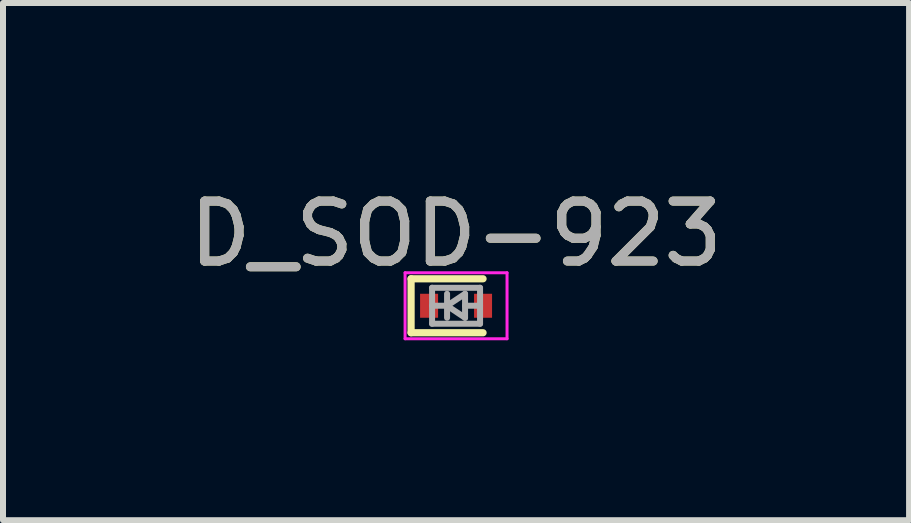
<source format=kicad_pcb>
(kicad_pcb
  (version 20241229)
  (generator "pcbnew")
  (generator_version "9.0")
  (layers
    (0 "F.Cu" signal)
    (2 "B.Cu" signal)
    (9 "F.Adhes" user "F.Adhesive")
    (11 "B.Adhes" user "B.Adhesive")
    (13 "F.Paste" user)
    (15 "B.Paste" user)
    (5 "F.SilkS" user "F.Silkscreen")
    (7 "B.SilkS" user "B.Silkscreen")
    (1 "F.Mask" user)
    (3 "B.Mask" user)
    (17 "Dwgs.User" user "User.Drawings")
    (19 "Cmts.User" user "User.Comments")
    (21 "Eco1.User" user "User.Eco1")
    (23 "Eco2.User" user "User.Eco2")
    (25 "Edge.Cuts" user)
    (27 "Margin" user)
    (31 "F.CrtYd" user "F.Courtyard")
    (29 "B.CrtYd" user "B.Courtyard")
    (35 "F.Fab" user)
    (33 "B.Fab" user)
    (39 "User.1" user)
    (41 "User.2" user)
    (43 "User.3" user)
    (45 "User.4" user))
  (footprint "D_SOD-923"
    (layer "F.Cu")
    (at 4.554 2.048)
    (property "Reference" "D_SOD-923" (at 0 -1.2 0) (layer "F.SilkS") (effects (font (size 1 1) (thickness 0.15))))
    (attr smd)
    (fp_line (start -0.75 -0.45) (end -0.75 0.45) (stroke (width 0.12) (type solid)) (layer "F.SilkS"))
    (fp_line (start -0.75 -0.45) (end 0.45 -0.45) (stroke (width 0.12) (type solid)) (layer "F.SilkS"))
    (fp_line (start -0.75 0.45) (end 0.45 0.45) (stroke (width 0.12) (type solid)) (layer "F.SilkS"))
    (fp_line (start -0.85 -0.55) (end -0.85 0.55) (stroke (width 0.05) (type solid)) (layer "F.CrtYd"))
    (fp_line (start -0.85 -0.55) (end 0.85 -0.55) (stroke (width 0.05) (type solid)) (layer "F.CrtYd"))
    (fp_line (start -0.85 0.55) (end 0.85 0.55) (stroke (width 0.05) (type solid)) (layer "F.CrtYd"))
    (fp_line (start 0.85 -0.55) (end 0.85 0.55) (stroke (width 0.05) (type solid)) (layer "F.CrtYd"))
    (fp_line (start -0.4 -0.3) (end 0.4 -0.3) (stroke (width 0.1) (type solid)) (layer "F.Fab"))
    (fp_line (start -0.4 0.3) (end -0.4 -0.3) (stroke (width 0.1) (type solid)) (layer "F.Fab"))
    (fp_line (start -0.15 -0.2) (end -0.15 0.2) (stroke (width 0.1) (type solid)) (layer "F.Fab"))
    (fp_line (start -0.15 0) (end -0.4 0) (stroke (width 0.1) (type solid)) (layer "F.Fab"))
    (fp_line (start -0.15 0) (end 0.15 -0.2) (stroke (width 0.1) (type solid)) (layer "F.Fab"))
    (fp_line (start 0.15 -0.2) (end 0.15 0.2) (stroke (width 0.1) (type solid)) (layer "F.Fab"))
    (fp_line (start 0.15 0) (end 0.4 0) (stroke (width 0.1) (type solid)) (layer "F.Fab"))
    (fp_line (start 0.15 0.2) (end -0.15 0) (stroke (width 0.1) (type solid)) (layer "F.Fab"))
    (fp_line (start 0.4 -0.3) (end 0.4 0.3) (stroke (width 0.1) (type solid)) (layer "F.Fab"))
    (fp_line (start 0.4 0.3) (end -0.4 0.3) (stroke (width 0.1) (type solid)) (layer "F.Fab"))
    (fp_text user "${REFERENCE}" (at 0 -1.2 0) (layer "F.Fab") (effects (font (size 1 1) (thickness 0.15))))
    (pad "1" smd rect (at -0.45 0) (size 0.3 0.4) (layers "F.Cu" "F.Mask" "F.Paste"))
    (pad "2" smd rect (at 0.45 0) (size 0.3 0.4) (layers "F.Cu" "F.Mask" "F.Paste")))
  (gr_rect
    (start -3 -3)
    (end 12.107 5.623)
    (stroke (width 0.1) (type default))
    (fill no)
    (layer "Edge.Cuts")))
</source>
